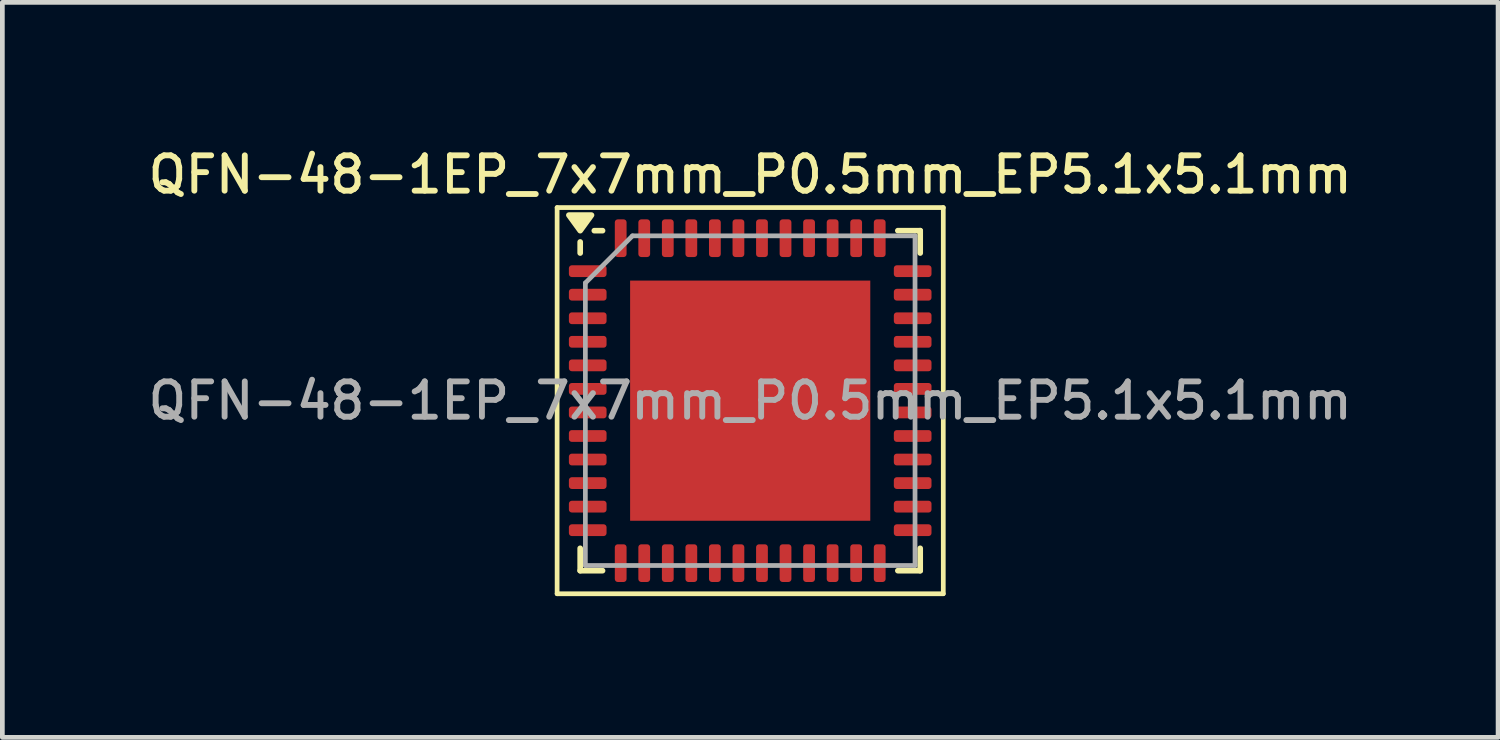
<source format=kicad_pcb>
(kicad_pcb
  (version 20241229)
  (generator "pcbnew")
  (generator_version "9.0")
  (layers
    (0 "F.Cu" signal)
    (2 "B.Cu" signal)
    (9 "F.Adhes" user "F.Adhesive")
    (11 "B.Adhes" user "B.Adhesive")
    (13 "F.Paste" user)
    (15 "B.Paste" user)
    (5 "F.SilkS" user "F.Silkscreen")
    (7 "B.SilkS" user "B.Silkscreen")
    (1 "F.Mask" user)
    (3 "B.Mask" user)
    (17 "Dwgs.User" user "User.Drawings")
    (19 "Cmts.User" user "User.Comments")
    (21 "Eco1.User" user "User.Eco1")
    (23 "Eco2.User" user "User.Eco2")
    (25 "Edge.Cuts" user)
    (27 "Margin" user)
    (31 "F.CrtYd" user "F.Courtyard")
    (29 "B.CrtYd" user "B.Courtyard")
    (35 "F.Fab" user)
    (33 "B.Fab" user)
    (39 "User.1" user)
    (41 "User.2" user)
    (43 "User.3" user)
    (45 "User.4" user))
  (footprint "QFN-48-1EP_7x7mm_P0.5mm_EP5.1x5.1mm"
    (layer "F.Cu")
    (at 12.88 5.458)
    (property "Reference" "QFN-48-1EP_7x7mm_P0.5mm_EP5.1x5.1mm" (at 0 -4.8 0) (layer "F.SilkS") (effects (font (size 0.75 0.75) (thickness 0.125))))
    (attr smd)
    (fp_line (start -4.1 -4.1) (end -4.1 4.1) (stroke (width 0.1) (type solid)) (layer "F.SilkS"))
    (fp_line (start -4.1 4.1) (end 4.1 4.1) (stroke (width 0.1) (type solid)) (layer "F.SilkS"))
    (fp_line (start -3.61 -3.135) (end -3.61 -3.37) (stroke (width 0.12) (type solid)) (layer "F.SilkS"))
    (fp_line (start -3.61 3.61) (end -3.61 3.135) (stroke (width 0.12) (type solid)) (layer "F.SilkS"))
    (fp_line (start -3.135 -3.61) (end -3.31 -3.61) (stroke (width 0.12) (type solid)) (layer "F.SilkS"))
    (fp_line (start -3.135 3.61) (end -3.61 3.61) (stroke (width 0.12) (type solid)) (layer "F.SilkS"))
    (fp_line (start 3.135 -3.61) (end 3.61 -3.61) (stroke (width 0.12) (type solid)) (layer "F.SilkS"))
    (fp_line (start 3.135 3.61) (end 3.61 3.61) (stroke (width 0.12) (type solid)) (layer "F.SilkS"))
    (fp_line (start 3.61 -3.61) (end 3.61 -3.135) (stroke (width 0.12) (type solid)) (layer "F.SilkS"))
    (fp_line (start 3.61 3.61) (end 3.61 3.135) (stroke (width 0.12) (type solid)) (layer "F.SilkS"))
    (fp_line (start 4.1 -4.1) (end -4.1 -4.1) (stroke (width 0.1) (type solid)) (layer "F.SilkS"))
    (fp_line (start 4.1 4.1) (end 4.1 -4.1) (stroke (width 0.1) (type solid)) (layer "F.SilkS"))
    (fp_poly (pts (xy -3.61 -3.61) (xy -3.85 -3.94) (xy -3.37 -3.94) (xy -3.61 -3.61)) (stroke (width 0.12) (type solid)) (fill yes) (layer "F.SilkS"))
    (fp_line (start -3.5 -2.5) (end -2.5 -3.5) (stroke (width 0.1) (type solid)) (layer "F.Fab"))
    (fp_line (start -3.5 3.5) (end -3.5 -2.5) (stroke (width 0.1) (type solid)) (layer "F.Fab"))
    (fp_line (start -2.5 -3.5) (end 3.5 -3.5) (stroke (width 0.1) (type solid)) (layer "F.Fab"))
    (fp_line (start 3.5 -3.5) (end 3.5 3.5) (stroke (width 0.1) (type solid)) (layer "F.Fab"))
    (fp_line (start 3.5 3.5) (end -3.5 3.5) (stroke (width 0.1) (type solid)) (layer "F.Fab"))
    (fp_text user "${REFERENCE}" (at 0 0 0) (layer "F.Fab") (effects (font (size 0.75 0.75) (thickness 0.125))))
    (pad "" smd roundrect (at -1.905 -1.905) (size 1.03 1.03) (layers "F.Paste") (roundrect_rratio 0.243))
    (pad "" smd roundrect (at -1.905 -0.635) (size 1.03 1.03) (layers "F.Paste") (roundrect_rratio 0.243))
    (pad "" smd roundrect (at -1.905 0.635) (size 1.03 1.03) (layers "F.Paste") (roundrect_rratio 0.243))
    (pad "" smd roundrect (at -1.905 1.905) (size 1.03 1.03) (layers "F.Paste") (roundrect_rratio 0.243))
    (pad "" smd roundrect (at -0.635 -1.905) (size 1.03 1.03) (layers "F.Paste") (roundrect_rratio 0.243))
    (pad "" smd roundrect (at -0.635 -0.635) (size 1.03 1.03) (layers "F.Paste") (roundrect_rratio 0.243))
    (pad "" smd roundrect (at -0.635 0.635) (size 1.03 1.03) (layers "F.Paste") (roundrect_rratio 0.243))
    (pad "" smd roundrect (at -0.635 1.905) (size 1.03 1.03) (layers "F.Paste") (roundrect_rratio 0.243))
    (pad "" smd roundrect (at 0.635 -1.905) (size 1.03 1.03) (layers "F.Paste") (roundrect_rratio 0.243))
    (pad "" smd roundrect (at 0.635 -0.635) (size 1.03 1.03) (layers "F.Paste") (roundrect_rratio 0.243))
    (pad "" smd roundrect (at 0.635 0.635) (size 1.03 1.03) (layers "F.Paste") (roundrect_rratio 0.243))
    (pad "" smd roundrect (at 0.635 1.905) (size 1.03 1.03) (layers "F.Paste") (roundrect_rratio 0.243))
    (pad "" smd roundrect (at 1.905 -1.905) (size 1.03 1.03) (layers "F.Paste") (roundrect_rratio 0.243))
    (pad "" smd roundrect (at 1.905 -0.635) (size 1.03 1.03) (layers "F.Paste") (roundrect_rratio 0.243))
    (pad "" smd roundrect (at 1.905 0.635) (size 1.03 1.03) (layers "F.Paste") (roundrect_rratio 0.243))
    (pad "" smd roundrect (at 1.905 1.905) (size 1.03 1.03) (layers "F.Paste") (roundrect_rratio 0.243))
    (pad "1" smd roundrect (at -3.45 -2.75) (size 0.8 0.25) (layers "F.Cu" "F.Mask" "F.Paste") (roundrect_rratio 0.25))
    (pad "2" smd roundrect (at -3.45 -2.25) (size 0.8 0.25) (layers "F.Cu" "F.Mask" "F.Paste") (roundrect_rratio 0.25))
    (pad "3" smd roundrect (at -3.45 -1.75) (size 0.8 0.25) (layers "F.Cu" "F.Mask" "F.Paste") (roundrect_rratio 0.25))
    (pad "4" smd roundrect (at -3.45 -1.25) (size 0.8 0.25) (layers "F.Cu" "F.Mask" "F.Paste") (roundrect_rratio 0.25))
    (pad "5" smd roundrect (at -3.45 -0.75) (size 0.8 0.25) (layers "F.Cu" "F.Mask" "F.Paste") (roundrect_rratio 0.25))
    (pad "6" smd roundrect (at -3.45 -0.25) (size 0.8 0.25) (layers "F.Cu" "F.Mask" "F.Paste") (roundrect_rratio 0.25))
    (pad "7" smd roundrect (at -3.45 0.25) (size 0.8 0.25) (layers "F.Cu" "F.Mask" "F.Paste") (roundrect_rratio 0.25))
    (pad "8" smd roundrect (at -3.45 0.75) (size 0.8 0.25) (layers "F.Cu" "F.Mask" "F.Paste") (roundrect_rratio 0.25))
    (pad "9" smd roundrect (at -3.45 1.25) (size 0.8 0.25) (layers "F.Cu" "F.Mask" "F.Paste") (roundrect_rratio 0.25))
    (pad "10" smd roundrect (at -3.45 1.75) (size 0.8 0.25) (layers "F.Cu" "F.Mask" "F.Paste") (roundrect_rratio 0.25))
    (pad "11" smd roundrect (at -3.45 2.25) (size 0.8 0.25) (layers "F.Cu" "F.Mask" "F.Paste") (roundrect_rratio 0.25))
    (pad "12" smd roundrect (at -3.45 2.75) (size 0.8 0.25) (layers "F.Cu" "F.Mask" "F.Paste") (roundrect_rratio 0.25))
    (pad "13" smd roundrect (at -2.75 3.45) (size 0.25 0.8) (layers "F.Cu" "F.Mask" "F.Paste") (roundrect_rratio 0.25))
    (pad "14" smd roundrect (at -2.25 3.45) (size 0.25 0.8) (layers "F.Cu" "F.Mask" "F.Paste") (roundrect_rratio 0.25))
    (pad "15" smd roundrect (at -1.75 3.45) (size 0.25 0.8) (layers "F.Cu" "F.Mask" "F.Paste") (roundrect_rratio 0.25))
    (pad "16" smd roundrect (at -1.25 3.45) (size 0.25 0.8) (layers "F.Cu" "F.Mask" "F.Paste") (roundrect_rratio 0.25))
    (pad "17" smd roundrect (at -0.75 3.45) (size 0.25 0.8) (layers "F.Cu" "F.Mask" "F.Paste") (roundrect_rratio 0.25))
    (pad "18" smd roundrect (at -0.25 3.45) (size 0.25 0.8) (layers "F.Cu" "F.Mask" "F.Paste") (roundrect_rratio 0.25))
    (pad "19" smd roundrect (at 0.25 3.45) (size 0.25 0.8) (layers "F.Cu" "F.Mask" "F.Paste") (roundrect_rratio 0.25))
    (pad "20" smd roundrect (at 0.75 3.45) (size 0.25 0.8) (layers "F.Cu" "F.Mask" "F.Paste") (roundrect_rratio 0.25))
    (pad "21" smd roundrect (at 1.25 3.45) (size 0.25 0.8) (layers "F.Cu" "F.Mask" "F.Paste") (roundrect_rratio 0.25))
    (pad "22" smd roundrect (at 1.75 3.45) (size 0.25 0.8) (layers "F.Cu" "F.Mask" "F.Paste") (roundrect_rratio 0.25))
    (pad "23" smd roundrect (at 2.25 3.45) (size 0.25 0.8) (layers "F.Cu" "F.Mask" "F.Paste") (roundrect_rratio 0.25))
    (pad "24" smd roundrect (at 2.75 3.45) (size 0.25 0.8) (layers "F.Cu" "F.Mask" "F.Paste") (roundrect_rratio 0.25))
    (pad "25" smd roundrect (at 3.45 2.75) (size 0.8 0.25) (layers "F.Cu" "F.Mask" "F.Paste") (roundrect_rratio 0.25))
    (pad "26" smd roundrect (at 3.45 2.25) (size 0.8 0.25) (layers "F.Cu" "F.Mask" "F.Paste") (roundrect_rratio 0.25))
    (pad "27" smd roundrect (at 3.45 1.75) (size 0.8 0.25) (layers "F.Cu" "F.Mask" "F.Paste") (roundrect_rratio 0.25))
    (pad "28" smd roundrect (at 3.45 1.25) (size 0.8 0.25) (layers "F.Cu" "F.Mask" "F.Paste") (roundrect_rratio 0.25))
    (pad "29" smd roundrect (at 3.45 0.75) (size 0.8 0.25) (layers "F.Cu" "F.Mask" "F.Paste") (roundrect_rratio 0.25))
    (pad "30" smd roundrect (at 3.45 0.25) (size 0.8 0.25) (layers "F.Cu" "F.Mask" "F.Paste") (roundrect_rratio 0.25))
    (pad "31" smd roundrect (at 3.45 -0.25) (size 0.8 0.25) (layers "F.Cu" "F.Mask" "F.Paste") (roundrect_rratio 0.25))
    (pad "32" smd roundrect (at 3.45 -0.75) (size 0.8 0.25) (layers "F.Cu" "F.Mask" "F.Paste") (roundrect_rratio 0.25))
    (pad "33" smd roundrect (at 3.45 -1.25) (size 0.8 0.25) (layers "F.Cu" "F.Mask" "F.Paste") (roundrect_rratio 0.25))
    (pad "34" smd roundrect (at 3.45 -1.75) (size 0.8 0.25) (layers "F.Cu" "F.Mask" "F.Paste") (roundrect_rratio 0.25))
    (pad "35" smd roundrect (at 3.45 -2.25) (size 0.8 0.25) (layers "F.Cu" "F.Mask" "F.Paste") (roundrect_rratio 0.25))
    (pad "36" smd roundrect (at 3.45 -2.75) (size 0.8 0.25) (layers "F.Cu" "F.Mask" "F.Paste") (roundrect_rratio 0.25))
    (pad "37" smd roundrect (at 2.75 -3.45) (size 0.25 0.8) (layers "F.Cu" "F.Mask" "F.Paste") (roundrect_rratio 0.25))
    (pad "38" smd roundrect (at 2.25 -3.45) (size 0.25 0.8) (layers "F.Cu" "F.Mask" "F.Paste") (roundrect_rratio 0.25))
    (pad "39" smd roundrect (at 1.75 -3.45) (size 0.25 0.8) (layers "F.Cu" "F.Mask" "F.Paste") (roundrect_rratio 0.25))
    (pad "40" smd roundrect (at 1.25 -3.45) (size 0.25 0.8) (layers "F.Cu" "F.Mask" "F.Paste") (roundrect_rratio 0.25))
    (pad "41" smd roundrect (at 0.75 -3.45) (size 0.25 0.8) (layers "F.Cu" "F.Mask" "F.Paste") (roundrect_rratio 0.25))
    (pad "42" smd roundrect (at 0.25 -3.45) (size 0.25 0.8) (layers "F.Cu" "F.Mask" "F.Paste") (roundrect_rratio 0.25))
    (pad "43" smd roundrect (at -0.25 -3.45) (size 0.25 0.8) (layers "F.Cu" "F.Mask" "F.Paste") (roundrect_rratio 0.25))
    (pad "44" smd roundrect (at -0.75 -3.45) (size 0.25 0.8) (layers "F.Cu" "F.Mask" "F.Paste") (roundrect_rratio 0.25))
    (pad "45" smd roundrect (at -1.25 -3.45) (size 0.25 0.8) (layers "F.Cu" "F.Mask" "F.Paste") (roundrect_rratio 0.25))
    (pad "46" smd roundrect (at -1.75 -3.45) (size 0.25 0.8) (layers "F.Cu" "F.Mask" "F.Paste") (roundrect_rratio 0.25))
    (pad "47" smd roundrect (at -2.25 -3.45) (size 0.25 0.8) (layers "F.Cu" "F.Mask" "F.Paste") (roundrect_rratio 0.25))
    (pad "48" smd roundrect (at -2.75 -3.45) (size 0.25 0.8) (layers "F.Cu" "F.Mask" "F.Paste") (roundrect_rratio 0.25))
    (pad "49" smd rect (at 0 0) (size 5.1 5.1) (property pad_prop_heatsink) (layers "F.Cu" "F.Mask")))
  (gr_rect
    (start -3 -3)
    (end 28.761 12.608)
    (stroke (width 0.1) (type default))
    (fill no)
    (layer "Edge.Cuts")))
</source>
